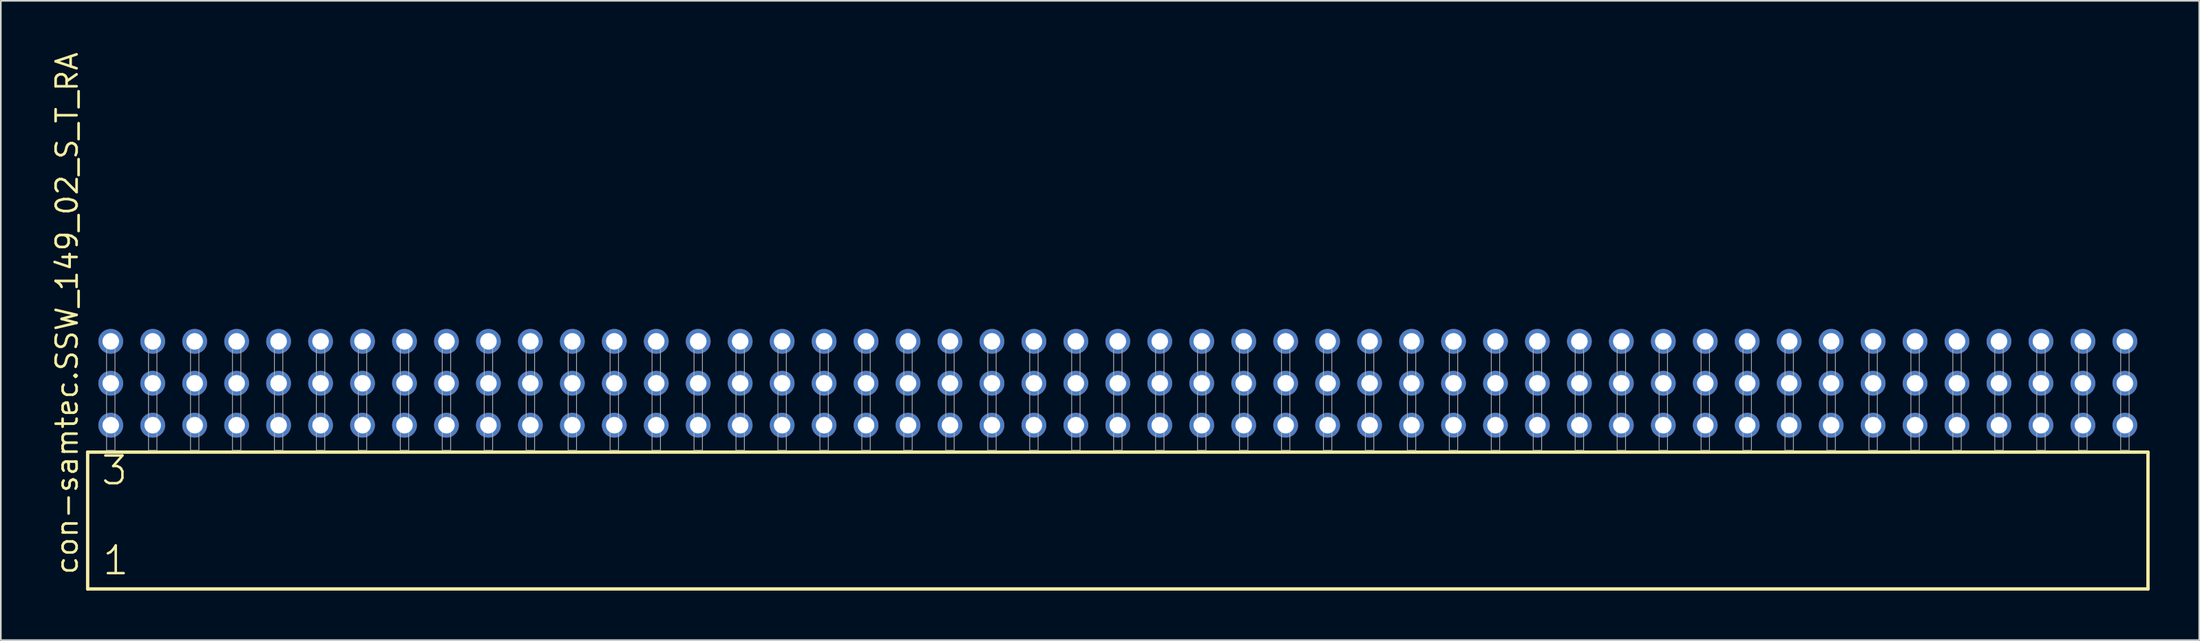
<source format=kicad_pcb>
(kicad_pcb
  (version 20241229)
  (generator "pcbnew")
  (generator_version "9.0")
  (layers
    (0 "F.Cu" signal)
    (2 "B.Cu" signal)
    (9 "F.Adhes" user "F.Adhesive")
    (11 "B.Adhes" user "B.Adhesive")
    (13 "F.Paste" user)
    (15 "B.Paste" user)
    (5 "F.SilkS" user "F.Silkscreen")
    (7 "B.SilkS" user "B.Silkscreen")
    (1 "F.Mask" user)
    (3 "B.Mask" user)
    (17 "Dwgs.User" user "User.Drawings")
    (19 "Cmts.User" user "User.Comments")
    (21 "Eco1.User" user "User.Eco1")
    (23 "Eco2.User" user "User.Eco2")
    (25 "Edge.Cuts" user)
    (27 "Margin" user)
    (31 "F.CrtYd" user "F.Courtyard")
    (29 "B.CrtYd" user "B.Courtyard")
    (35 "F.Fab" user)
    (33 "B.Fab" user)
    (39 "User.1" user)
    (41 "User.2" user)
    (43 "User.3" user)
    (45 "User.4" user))
  (footprint "con-samtec.SSW_149_02_S_T_RA"
    (layer "F.Cu")
    (at 64.615 24.235)
    (property "Reference" "con-samtec.SSW_149_02_S_T_RA" (at -62.865 7.62 90) (layer "F.SilkS") (effects (font (size 1.27 1.27) (thickness 0.16)) (justify left bottom)))
    (attr through_hole)
    (fp_line (start -62.359 0.106) (end -62.359 8.396) (stroke (width 0.203) (type default)) (layer "F.SilkS"))
    (fp_line (start -62.359 8.396) (end 62.359 8.396) (stroke (width 0.203) (type default)) (layer "F.SilkS"))
    (fp_line (start 62.359 0.106) (end -62.359 0.106) (stroke (width 0.203) (type default)) (layer "F.SilkS"))
    (fp_line (start 62.359 8.396) (end 62.359 0.106) (stroke (width 0.203) (type default)) (layer "F.SilkS"))
    (fp_rect (start -61.214 0) (end -60.706 -6.858) (stroke (width 0.05) (type default)) (fill no) (layer "F.Fab"))
    (fp_rect (start -58.674 0) (end -58.166 -6.858) (stroke (width 0.05) (type default)) (fill no) (layer "F.Fab"))
    (fp_rect (start -56.134 0) (end -55.626 -6.858) (stroke (width 0.05) (type default)) (fill no) (layer "F.Fab"))
    (fp_rect (start -53.594 0) (end -53.086 -6.858) (stroke (width 0.05) (type default)) (fill no) (layer "F.Fab"))
    (fp_rect (start -51.054 0) (end -50.546 -6.858) (stroke (width 0.05) (type default)) (fill no) (layer "F.Fab"))
    (fp_rect (start -48.514 0) (end -48.006 -6.858) (stroke (width 0.05) (type default)) (fill no) (layer "F.Fab"))
    (fp_rect (start -45.974 0) (end -45.466 -6.858) (stroke (width 0.05) (type default)) (fill no) (layer "F.Fab"))
    (fp_rect (start -43.434 0) (end -42.926 -6.858) (stroke (width 0.05) (type default)) (fill no) (layer "F.Fab"))
    (fp_rect (start -40.894 0) (end -40.386 -6.858) (stroke (width 0.05) (type default)) (fill no) (layer "F.Fab"))
    (fp_rect (start -38.354 0) (end -37.846 -6.858) (stroke (width 0.05) (type default)) (fill no) (layer "F.Fab"))
    (fp_rect (start -35.814 0) (end -35.306 -6.858) (stroke (width 0.05) (type default)) (fill no) (layer "F.Fab"))
    (fp_rect (start -33.274 0) (end -32.766 -6.858) (stroke (width 0.05) (type default)) (fill no) (layer "F.Fab"))
    (fp_rect (start -30.734 0) (end -30.226 -6.858) (stroke (width 0.05) (type default)) (fill no) (layer "F.Fab"))
    (fp_rect (start -28.194 0) (end -27.686 -6.858) (stroke (width 0.05) (type default)) (fill no) (layer "F.Fab"))
    (fp_rect (start -25.654 0) (end -25.146 -6.858) (stroke (width 0.05) (type default)) (fill no) (layer "F.Fab"))
    (fp_rect (start -23.114 0) (end -22.606 -6.858) (stroke (width 0.05) (type default)) (fill no) (layer "F.Fab"))
    (fp_rect (start -20.574 0) (end -20.066 -6.858) (stroke (width 0.05) (type default)) (fill no) (layer "F.Fab"))
    (fp_rect (start -18.034 0) (end -17.526 -6.858) (stroke (width 0.05) (type default)) (fill no) (layer "F.Fab"))
    (fp_rect (start -15.494 0) (end -14.986 -6.858) (stroke (width 0.05) (type default)) (fill no) (layer "F.Fab"))
    (fp_rect (start -12.954 0) (end -12.446 -6.858) (stroke (width 0.05) (type default)) (fill no) (layer "F.Fab"))
    (fp_rect (start -10.414 0) (end -9.906 -6.858) (stroke (width 0.05) (type default)) (fill no) (layer "F.Fab"))
    (fp_rect (start -7.874 0) (end -7.366 -6.858) (stroke (width 0.05) (type default)) (fill no) (layer "F.Fab"))
    (fp_rect (start -5.334 0) (end -4.826 -6.858) (stroke (width 0.05) (type default)) (fill no) (layer "F.Fab"))
    (fp_rect (start -2.794 0) (end -2.286 -6.858) (stroke (width 0.05) (type default)) (fill no) (layer "F.Fab"))
    (fp_rect (start -0.254 0) (end 0.254 -6.858) (stroke (width 0.05) (type default)) (fill no) (layer "F.Fab"))
    (fp_rect (start 2.286 0) (end 2.794 -6.858) (stroke (width 0.05) (type default)) (fill no) (layer "F.Fab"))
    (fp_rect (start 4.826 0) (end 5.334 -6.858) (stroke (width 0.05) (type default)) (fill no) (layer "F.Fab"))
    (fp_rect (start 7.366 0) (end 7.874 -6.858) (stroke (width 0.05) (type default)) (fill no) (layer "F.Fab"))
    (fp_rect (start 9.906 0) (end 10.414 -6.858) (stroke (width 0.05) (type default)) (fill no) (layer "F.Fab"))
    (fp_rect (start 12.446 0) (end 12.954 -6.858) (stroke (width 0.05) (type default)) (fill no) (layer "F.Fab"))
    (fp_rect (start 14.986 0) (end 15.494 -6.858) (stroke (width 0.05) (type default)) (fill no) (layer "F.Fab"))
    (fp_rect (start 17.526 0) (end 18.034 -6.858) (stroke (width 0.05) (type default)) (fill no) (layer "F.Fab"))
    (fp_rect (start 20.066 0) (end 20.574 -6.858) (stroke (width 0.05) (type default)) (fill no) (layer "F.Fab"))
    (fp_rect (start 22.606 0) (end 23.114 -6.858) (stroke (width 0.05) (type default)) (fill no) (layer "F.Fab"))
    (fp_rect (start 25.146 0) (end 25.654 -6.858) (stroke (width 0.05) (type default)) (fill no) (layer "F.Fab"))
    (fp_rect (start 27.686 0) (end 28.194 -6.858) (stroke (width 0.05) (type default)) (fill no) (layer "F.Fab"))
    (fp_rect (start 30.226 0) (end 30.734 -6.858) (stroke (width 0.05) (type default)) (fill no) (layer "F.Fab"))
    (fp_rect (start 32.766 0) (end 33.274 -6.858) (stroke (width 0.05) (type default)) (fill no) (layer "F.Fab"))
    (fp_rect (start 35.306 0) (end 35.814 -6.858) (stroke (width 0.05) (type default)) (fill no) (layer "F.Fab"))
    (fp_rect (start 37.846 0) (end 38.354 -6.858) (stroke (width 0.05) (type default)) (fill no) (layer "F.Fab"))
    (fp_rect (start 40.386 0) (end 40.894 -6.858) (stroke (width 0.05) (type default)) (fill no) (layer "F.Fab"))
    (fp_rect (start 42.926 0) (end 43.434 -6.858) (stroke (width 0.05) (type default)) (fill no) (layer "F.Fab"))
    (fp_rect (start 45.466 0) (end 45.974 -6.858) (stroke (width 0.05) (type default)) (fill no) (layer "F.Fab"))
    (fp_rect (start 48.006 0) (end 48.514 -6.858) (stroke (width 0.05) (type default)) (fill no) (layer "F.Fab"))
    (fp_rect (start 50.546 0) (end 51.054 -6.858) (stroke (width 0.05) (type default)) (fill no) (layer "F.Fab"))
    (fp_rect (start 53.086 0) (end 53.594 -6.858) (stroke (width 0.05) (type default)) (fill no) (layer "F.Fab"))
    (fp_rect (start 55.626 0) (end 56.134 -6.858) (stroke (width 0.05) (type default)) (fill no) (layer "F.Fab"))
    (fp_rect (start 58.166 0) (end 58.674 -6.858) (stroke (width 0.05) (type default)) (fill no) (layer "F.Fab"))
    (fp_rect (start 60.706 0) (end 61.214 -6.858) (stroke (width 0.05) (type default)) (fill no) (layer "F.Fab"))
    (fp_text user "1" (at -61.555 7.65 0) (layer "F.SilkS") (effects (font (size 1.676 1.676) (thickness 0.15)) (justify left bottom)))
    (fp_text user "3" (at -61.63 2.2 0) (layer "F.SilkS") (effects (font (size 1.676 1.676) (thickness 0.15)) (justify left bottom)))
    (pad "1" thru_hole circle (at -60.96 -1.524) (size 1.5 1.5) (drill 1) (layers "*.Cu" "*.Mask"))
    (pad "2" thru_hole circle (at -60.96 -4.064) (size 1.5 1.5) (drill 1) (layers "*.Cu" "*.Mask"))
    (pad "3" thru_hole circle (at -60.96 -6.604) (size 1.5 1.5) (drill 1) (layers "*.Cu" "*.Mask"))
    (pad "4" thru_hole circle (at -58.42 -1.524) (size 1.5 1.5) (drill 1) (layers "*.Cu" "*.Mask"))
    (pad "5" thru_hole circle (at -58.42 -4.064) (size 1.5 1.5) (drill 1) (layers "*.Cu" "*.Mask"))
    (pad "6" thru_hole circle (at -58.42 -6.604) (size 1.5 1.5) (drill 1) (layers "*.Cu" "*.Mask"))
    (pad "7" thru_hole circle (at -55.88 -1.524) (size 1.5 1.5) (drill 1) (layers "*.Cu" "*.Mask"))
    (pad "8" thru_hole circle (at -55.88 -4.064) (size 1.5 1.5) (drill 1) (layers "*.Cu" "*.Mask"))
    (pad "9" thru_hole circle (at -55.88 -6.604) (size 1.5 1.5) (drill 1) (layers "*.Cu" "*.Mask"))
    (pad "10" thru_hole circle (at -53.34 -1.524) (size 1.5 1.5) (drill 1) (layers "*.Cu" "*.Mask"))
    (pad "11" thru_hole circle (at -53.34 -4.064) (size 1.5 1.5) (drill 1) (layers "*.Cu" "*.Mask"))
    (pad "12" thru_hole circle (at -53.34 -6.604) (size 1.5 1.5) (drill 1) (layers "*.Cu" "*.Mask"))
    (pad "13" thru_hole circle (at -50.8 -1.524) (size 1.5 1.5) (drill 1) (layers "*.Cu" "*.Mask"))
    (pad "14" thru_hole circle (at -50.8 -4.064) (size 1.5 1.5) (drill 1) (layers "*.Cu" "*.Mask"))
    (pad "15" thru_hole circle (at -50.8 -6.604) (size 1.5 1.5) (drill 1) (layers "*.Cu" "*.Mask"))
    (pad "16" thru_hole circle (at -48.26 -1.524) (size 1.5 1.5) (drill 1) (layers "*.Cu" "*.Mask"))
    (pad "17" thru_hole circle (at -48.26 -4.064) (size 1.5 1.5) (drill 1) (layers "*.Cu" "*.Mask"))
    (pad "18" thru_hole circle (at -48.26 -6.604) (size 1.5 1.5) (drill 1) (layers "*.Cu" "*.Mask"))
    (pad "19" thru_hole circle (at -45.72 -1.524) (size 1.5 1.5) (drill 1) (layers "*.Cu" "*.Mask"))
    (pad "20" thru_hole circle (at -45.72 -4.064) (size 1.5 1.5) (drill 1) (layers "*.Cu" "*.Mask"))
    (pad "21" thru_hole circle (at -45.72 -6.604) (size 1.5 1.5) (drill 1) (layers "*.Cu" "*.Mask"))
    (pad "22" thru_hole circle (at -43.18 -1.524) (size 1.5 1.5) (drill 1) (layers "*.Cu" "*.Mask"))
    (pad "23" thru_hole circle (at -43.18 -4.064) (size 1.5 1.5) (drill 1) (layers "*.Cu" "*.Mask"))
    (pad "24" thru_hole circle (at -43.18 -6.604) (size 1.5 1.5) (drill 1) (layers "*.Cu" "*.Mask"))
    (pad "25" thru_hole circle (at -40.64 -1.524) (size 1.5 1.5) (drill 1) (layers "*.Cu" "*.Mask"))
    (pad "26" thru_hole circle (at -40.64 -4.064) (size 1.5 1.5) (drill 1) (layers "*.Cu" "*.Mask"))
    (pad "27" thru_hole circle (at -40.64 -6.604) (size 1.5 1.5) (drill 1) (layers "*.Cu" "*.Mask"))
    (pad "28" thru_hole circle (at -38.1 -1.524) (size 1.5 1.5) (drill 1) (layers "*.Cu" "*.Mask"))
    (pad "29" thru_hole circle (at -38.1 -4.064) (size 1.5 1.5) (drill 1) (layers "*.Cu" "*.Mask"))
    (pad "30" thru_hole circle (at -38.1 -6.604) (size 1.5 1.5) (drill 1) (layers "*.Cu" "*.Mask"))
    (pad "31" thru_hole circle (at -35.56 -1.524) (size 1.5 1.5) (drill 1) (layers "*.Cu" "*.Mask"))
    (pad "32" thru_hole circle (at -35.56 -4.064) (size 1.5 1.5) (drill 1) (layers "*.Cu" "*.Mask"))
    (pad "33" thru_hole circle (at -35.56 -6.604) (size 1.5 1.5) (drill 1) (layers "*.Cu" "*.Mask"))
    (pad "34" thru_hole circle (at -33.02 -1.524) (size 1.5 1.5) (drill 1) (layers "*.Cu" "*.Mask"))
    (pad "35" thru_hole circle (at -33.02 -4.064) (size 1.5 1.5) (drill 1) (layers "*.Cu" "*.Mask"))
    (pad "36" thru_hole circle (at -33.02 -6.604) (size 1.5 1.5) (drill 1) (layers "*.Cu" "*.Mask"))
    (pad "37" thru_hole circle (at -30.48 -1.524) (size 1.5 1.5) (drill 1) (layers "*.Cu" "*.Mask"))
    (pad "38" thru_hole circle (at -30.48 -4.064) (size 1.5 1.5) (drill 1) (layers "*.Cu" "*.Mask"))
    (pad "39" thru_hole circle (at -30.48 -6.604) (size 1.5 1.5) (drill 1) (layers "*.Cu" "*.Mask"))
    (pad "40" thru_hole circle (at -27.94 -1.524) (size 1.5 1.5) (drill 1) (layers "*.Cu" "*.Mask"))
    (pad "41" thru_hole circle (at -27.94 -4.064) (size 1.5 1.5) (drill 1) (layers "*.Cu" "*.Mask"))
    (pad "42" thru_hole circle (at -27.94 -6.604) (size 1.5 1.5) (drill 1) (layers "*.Cu" "*.Mask"))
    (pad "43" thru_hole circle (at -25.4 -1.524) (size 1.5 1.5) (drill 1) (layers "*.Cu" "*.Mask"))
    (pad "44" thru_hole circle (at -25.4 -4.064) (size 1.5 1.5) (drill 1) (layers "*.Cu" "*.Mask"))
    (pad "45" thru_hole circle (at -25.4 -6.604) (size 1.5 1.5) (drill 1) (layers "*.Cu" "*.Mask"))
    (pad "46" thru_hole circle (at -22.86 -1.524) (size 1.5 1.5) (drill 1) (layers "*.Cu" "*.Mask"))
    (pad "47" thru_hole circle (at -22.86 -4.064) (size 1.5 1.5) (drill 1) (layers "*.Cu" "*.Mask"))
    (pad "48" thru_hole circle (at -22.86 -6.604) (size 1.5 1.5) (drill 1) (layers "*.Cu" "*.Mask"))
    (pad "49" thru_hole circle (at -20.32 -1.524) (size 1.5 1.5) (drill 1) (layers "*.Cu" "*.Mask"))
    (pad "50" thru_hole circle (at -20.32 -4.064) (size 1.5 1.5) (drill 1) (layers "*.Cu" "*.Mask"))
    (pad "51" thru_hole circle (at -20.32 -6.604) (size 1.5 1.5) (drill 1) (layers "*.Cu" "*.Mask"))
    (pad "52" thru_hole circle (at -17.78 -1.524) (size 1.5 1.5) (drill 1) (layers "*.Cu" "*.Mask"))
    (pad "53" thru_hole circle (at -17.78 -4.064) (size 1.5 1.5) (drill 1) (layers "*.Cu" "*.Mask"))
    (pad "54" thru_hole circle (at -17.78 -6.604) (size 1.5 1.5) (drill 1) (layers "*.Cu" "*.Mask"))
    (pad "55" thru_hole circle (at -15.24 -1.524) (size 1.5 1.5) (drill 1) (layers "*.Cu" "*.Mask"))
    (pad "56" thru_hole circle (at -15.24 -4.064) (size 1.5 1.5) (drill 1) (layers "*.Cu" "*.Mask"))
    (pad "57" thru_hole circle (at -15.24 -6.604) (size 1.5 1.5) (drill 1) (layers "*.Cu" "*.Mask"))
    (pad "58" thru_hole circle (at -12.7 -1.524) (size 1.5 1.5) (drill 1) (layers "*.Cu" "*.Mask"))
    (pad "59" thru_hole circle (at -12.7 -4.064) (size 1.5 1.5) (drill 1) (layers "*.Cu" "*.Mask"))
    (pad "60" thru_hole circle (at -12.7 -6.604) (size 1.5 1.5) (drill 1) (layers "*.Cu" "*.Mask"))
    (pad "61" thru_hole circle (at -10.16 -1.524) (size 1.5 1.5) (drill 1) (layers "*.Cu" "*.Mask"))
    (pad "62" thru_hole circle (at -10.16 -4.064) (size 1.5 1.5) (drill 1) (layers "*.Cu" "*.Mask"))
    (pad "63" thru_hole circle (at -10.16 -6.604) (size 1.5 1.5) (drill 1) (layers "*.Cu" "*.Mask"))
    (pad "64" thru_hole circle (at -7.62 -1.524) (size 1.5 1.5) (drill 1) (layers "*.Cu" "*.Mask"))
    (pad "65" thru_hole circle (at -7.62 -4.064) (size 1.5 1.5) (drill 1) (layers "*.Cu" "*.Mask"))
    (pad "66" thru_hole circle (at -7.62 -6.604) (size 1.5 1.5) (drill 1) (layers "*.Cu" "*.Mask"))
    (pad "67" thru_hole circle (at -5.08 -1.524) (size 1.5 1.5) (drill 1) (layers "*.Cu" "*.Mask"))
    (pad "68" thru_hole circle (at -5.08 -4.064) (size 1.5 1.5) (drill 1) (layers "*.Cu" "*.Mask"))
    (pad "69" thru_hole circle (at -5.08 -6.604) (size 1.5 1.5) (drill 1) (layers "*.Cu" "*.Mask"))
    (pad "70" thru_hole circle (at -2.54 -1.524) (size 1.5 1.5) (drill 1) (layers "*.Cu" "*.Mask"))
    (pad "71" thru_hole circle (at -2.54 -4.064) (size 1.5 1.5) (drill 1) (layers "*.Cu" "*.Mask"))
    (pad "72" thru_hole circle (at -2.54 -6.604) (size 1.5 1.5) (drill 1) (layers "*.Cu" "*.Mask"))
    (pad "73" thru_hole circle (at 0 -1.524) (size 1.5 1.5) (drill 1) (layers "*.Cu" "*.Mask"))
    (pad "74" thru_hole circle (at 0 -4.064) (size 1.5 1.5) (drill 1) (layers "*.Cu" "*.Mask"))
    (pad "75" thru_hole circle (at 0 -6.604) (size 1.5 1.5) (drill 1) (layers "*.Cu" "*.Mask"))
    (pad "76" thru_hole circle (at 2.54 -1.524) (size 1.5 1.5) (drill 1) (layers "*.Cu" "*.Mask"))
    (pad "77" thru_hole circle (at 2.54 -4.064) (size 1.5 1.5) (drill 1) (layers "*.Cu" "*.Mask"))
    (pad "78" thru_hole circle (at 2.54 -6.604) (size 1.5 1.5) (drill 1) (layers "*.Cu" "*.Mask"))
    (pad "79" thru_hole circle (at 5.08 -1.524) (size 1.5 1.5) (drill 1) (layers "*.Cu" "*.Mask"))
    (pad "80" thru_hole circle (at 5.08 -4.064) (size 1.5 1.5) (drill 1) (layers "*.Cu" "*.Mask"))
    (pad "81" thru_hole circle (at 5.08 -6.604) (size 1.5 1.5) (drill 1) (layers "*.Cu" "*.Mask"))
    (pad "82" thru_hole circle (at 7.62 -1.524) (size 1.5 1.5) (drill 1) (layers "*.Cu" "*.Mask"))
    (pad "83" thru_hole circle (at 7.62 -4.064) (size 1.5 1.5) (drill 1) (layers "*.Cu" "*.Mask"))
    (pad "84" thru_hole circle (at 7.62 -6.604) (size 1.5 1.5) (drill 1) (layers "*.Cu" "*.Mask"))
    (pad "85" thru_hole circle (at 10.16 -1.524) (size 1.5 1.5) (drill 1) (layers "*.Cu" "*.Mask"))
    (pad "86" thru_hole circle (at 10.16 -4.064) (size 1.5 1.5) (drill 1) (layers "*.Cu" "*.Mask"))
    (pad "87" thru_hole circle (at 10.16 -6.604) (size 1.5 1.5) (drill 1) (layers "*.Cu" "*.Mask"))
    (pad "88" thru_hole circle (at 12.7 -1.524) (size 1.5 1.5) (drill 1) (layers "*.Cu" "*.Mask"))
    (pad "89" thru_hole circle (at 12.7 -4.064) (size 1.5 1.5) (drill 1) (layers "*.Cu" "*.Mask"))
    (pad "90" thru_hole circle (at 12.7 -6.604) (size 1.5 1.5) (drill 1) (layers "*.Cu" "*.Mask"))
    (pad "91" thru_hole circle (at 15.24 -1.524) (size 1.5 1.5) (drill 1) (layers "*.Cu" "*.Mask"))
    (pad "92" thru_hole circle (at 15.24 -4.064) (size 1.5 1.5) (drill 1) (layers "*.Cu" "*.Mask"))
    (pad "93" thru_hole circle (at 15.24 -6.604) (size 1.5 1.5) (drill 1) (layers "*.Cu" "*.Mask"))
    (pad "94" thru_hole circle (at 17.78 -1.524) (size 1.5 1.5) (drill 1) (layers "*.Cu" "*.Mask"))
    (pad "95" thru_hole circle (at 17.78 -4.064) (size 1.5 1.5) (drill 1) (layers "*.Cu" "*.Mask"))
    (pad "96" thru_hole circle (at 17.78 -6.604) (size 1.5 1.5) (drill 1) (layers "*.Cu" "*.Mask"))
    (pad "97" thru_hole circle (at 20.32 -1.524) (size 1.5 1.5) (drill 1) (layers "*.Cu" "*.Mask"))
    (pad "98" thru_hole circle (at 20.32 -4.064) (size 1.5 1.5) (drill 1) (layers "*.Cu" "*.Mask"))
    (pad "99" thru_hole circle (at 20.32 -6.604) (size 1.5 1.5) (drill 1) (layers "*.Cu" "*.Mask"))
    (pad "100" thru_hole circle (at 22.86 -1.524) (size 1.5 1.5) (drill 1) (layers "*.Cu" "*.Mask"))
    (pad "101" thru_hole circle (at 22.86 -4.064) (size 1.5 1.5) (drill 1) (layers "*.Cu" "*.Mask"))
    (pad "102" thru_hole circle (at 22.86 -6.604) (size 1.5 1.5) (drill 1) (layers "*.Cu" "*.Mask"))
    (pad "103" thru_hole circle (at 25.4 -1.524) (size 1.5 1.5) (drill 1) (layers "*.Cu" "*.Mask"))
    (pad "104" thru_hole circle (at 25.4 -4.064) (size 1.5 1.5) (drill 1) (layers "*.Cu" "*.Mask"))
    (pad "105" thru_hole circle (at 25.4 -6.604) (size 1.5 1.5) (drill 1) (layers "*.Cu" "*.Mask"))
    (pad "106" thru_hole circle (at 27.94 -1.524) (size 1.5 1.5) (drill 1) (layers "*.Cu" "*.Mask"))
    (pad "107" thru_hole circle (at 27.94 -4.064) (size 1.5 1.5) (drill 1) (layers "*.Cu" "*.Mask"))
    (pad "108" thru_hole circle (at 27.94 -6.604) (size 1.5 1.5) (drill 1) (layers "*.Cu" "*.Mask"))
    (pad "109" thru_hole circle (at 30.48 -1.524) (size 1.5 1.5) (drill 1) (layers "*.Cu" "*.Mask"))
    (pad "110" thru_hole circle (at 30.48 -4.064) (size 1.5 1.5) (drill 1) (layers "*.Cu" "*.Mask"))
    (pad "111" thru_hole circle (at 30.48 -6.604) (size 1.5 1.5) (drill 1) (layers "*.Cu" "*.Mask"))
    (pad "112" thru_hole circle (at 33.02 -1.524) (size 1.5 1.5) (drill 1) (layers "*.Cu" "*.Mask"))
    (pad "113" thru_hole circle (at 33.02 -4.064) (size 1.5 1.5) (drill 1) (layers "*.Cu" "*.Mask"))
    (pad "114" thru_hole circle (at 33.02 -6.604) (size 1.5 1.5) (drill 1) (layers "*.Cu" "*.Mask"))
    (pad "115" thru_hole circle (at 35.56 -1.524) (size 1.5 1.5) (drill 1) (layers "*.Cu" "*.Mask"))
    (pad "116" thru_hole circle (at 35.56 -4.064) (size 1.5 1.5) (drill 1) (layers "*.Cu" "*.Mask"))
    (pad "117" thru_hole circle (at 35.56 -6.604) (size 1.5 1.5) (drill 1) (layers "*.Cu" "*.Mask"))
    (pad "118" thru_hole circle (at 38.1 -1.524) (size 1.5 1.5) (drill 1) (layers "*.Cu" "*.Mask"))
    (pad "119" thru_hole circle (at 38.1 -4.064) (size 1.5 1.5) (drill 1) (layers "*.Cu" "*.Mask"))
    (pad "120" thru_hole circle (at 38.1 -6.604) (size 1.5 1.5) (drill 1) (layers "*.Cu" "*.Mask"))
    (pad "121" thru_hole circle (at 40.64 -1.524) (size 1.5 1.5) (drill 1) (layers "*.Cu" "*.Mask"))
    (pad "122" thru_hole circle (at 40.64 -4.064) (size 1.5 1.5) (drill 1) (layers "*.Cu" "*.Mask"))
    (pad "123" thru_hole circle (at 40.64 -6.604) (size 1.5 1.5) (drill 1) (layers "*.Cu" "*.Mask"))
    (pad "124" thru_hole circle (at 43.18 -1.524) (size 1.5 1.5) (drill 1) (layers "*.Cu" "*.Mask"))
    (pad "125" thru_hole circle (at 43.18 -4.064) (size 1.5 1.5) (drill 1) (layers "*.Cu" "*.Mask"))
    (pad "126" thru_hole circle (at 43.18 -6.604) (size 1.5 1.5) (drill 1) (layers "*.Cu" "*.Mask"))
    (pad "127" thru_hole circle (at 45.72 -1.524) (size 1.5 1.5) (drill 1) (layers "*.Cu" "*.Mask"))
    (pad "128" thru_hole circle (at 45.72 -4.064) (size 1.5 1.5) (drill 1) (layers "*.Cu" "*.Mask"))
    (pad "129" thru_hole circle (at 45.72 -6.604) (size 1.5 1.5) (drill 1) (layers "*.Cu" "*.Mask"))
    (pad "130" thru_hole circle (at 48.26 -1.524) (size 1.5 1.5) (drill 1) (layers "*.Cu" "*.Mask"))
    (pad "131" thru_hole circle (at 48.26 -4.064) (size 1.5 1.5) (drill 1) (layers "*.Cu" "*.Mask"))
    (pad "132" thru_hole circle (at 48.26 -6.604) (size 1.5 1.5) (drill 1) (layers "*.Cu" "*.Mask"))
    (pad "133" thru_hole circle (at 50.8 -1.524) (size 1.5 1.5) (drill 1) (layers "*.Cu" "*.Mask"))
    (pad "134" thru_hole circle (at 50.8 -4.064) (size 1.5 1.5) (drill 1) (layers "*.Cu" "*.Mask"))
    (pad "135" thru_hole circle (at 50.8 -6.604) (size 1.5 1.5) (drill 1) (layers "*.Cu" "*.Mask"))
    (pad "136" thru_hole circle (at 53.34 -1.524) (size 1.5 1.5) (drill 1) (layers "*.Cu" "*.Mask"))
    (pad "137" thru_hole circle (at 53.34 -4.064) (size 1.5 1.5) (drill 1) (layers "*.Cu" "*.Mask"))
    (pad "138" thru_hole circle (at 53.34 -6.604) (size 1.5 1.5) (drill 1) (layers "*.Cu" "*.Mask"))
    (pad "139" thru_hole circle (at 55.88 -1.524) (size 1.5 1.5) (drill 1) (layers "*.Cu" "*.Mask"))
    (pad "140" thru_hole circle (at 55.88 -4.064) (size 1.5 1.5) (drill 1) (layers "*.Cu" "*.Mask"))
    (pad "141" thru_hole circle (at 55.88 -6.604) (size 1.5 1.5) (drill 1) (layers "*.Cu" "*.Mask"))
    (pad "142" thru_hole circle (at 58.42 -1.524) (size 1.5 1.5) (drill 1) (layers "*.Cu" "*.Mask"))
    (pad "143" thru_hole circle (at 58.42 -4.064) (size 1.5 1.5) (drill 1) (layers "*.Cu" "*.Mask"))
    (pad "144" thru_hole circle (at 58.42 -6.604) (size 1.5 1.5) (drill 1) (layers "*.Cu" "*.Mask"))
    (pad "145" thru_hole circle (at 60.96 -1.524) (size 1.5 1.5) (drill 1) (layers "*.Cu" "*.Mask"))
    (pad "146" thru_hole circle (at 60.96 -4.064) (size 1.5 1.5) (drill 1) (layers "*.Cu" "*.Mask"))
    (pad "147" thru_hole circle (at 60.96 -6.604) (size 1.5 1.5) (drill 1) (layers "*.Cu" "*.Mask")))
  (gr_rect
    (start -3 -3)
    (end 130.076 35.733)
    (stroke (width 0.1) (type default))
    (fill no)
    (layer "Edge.Cuts")))
</source>
